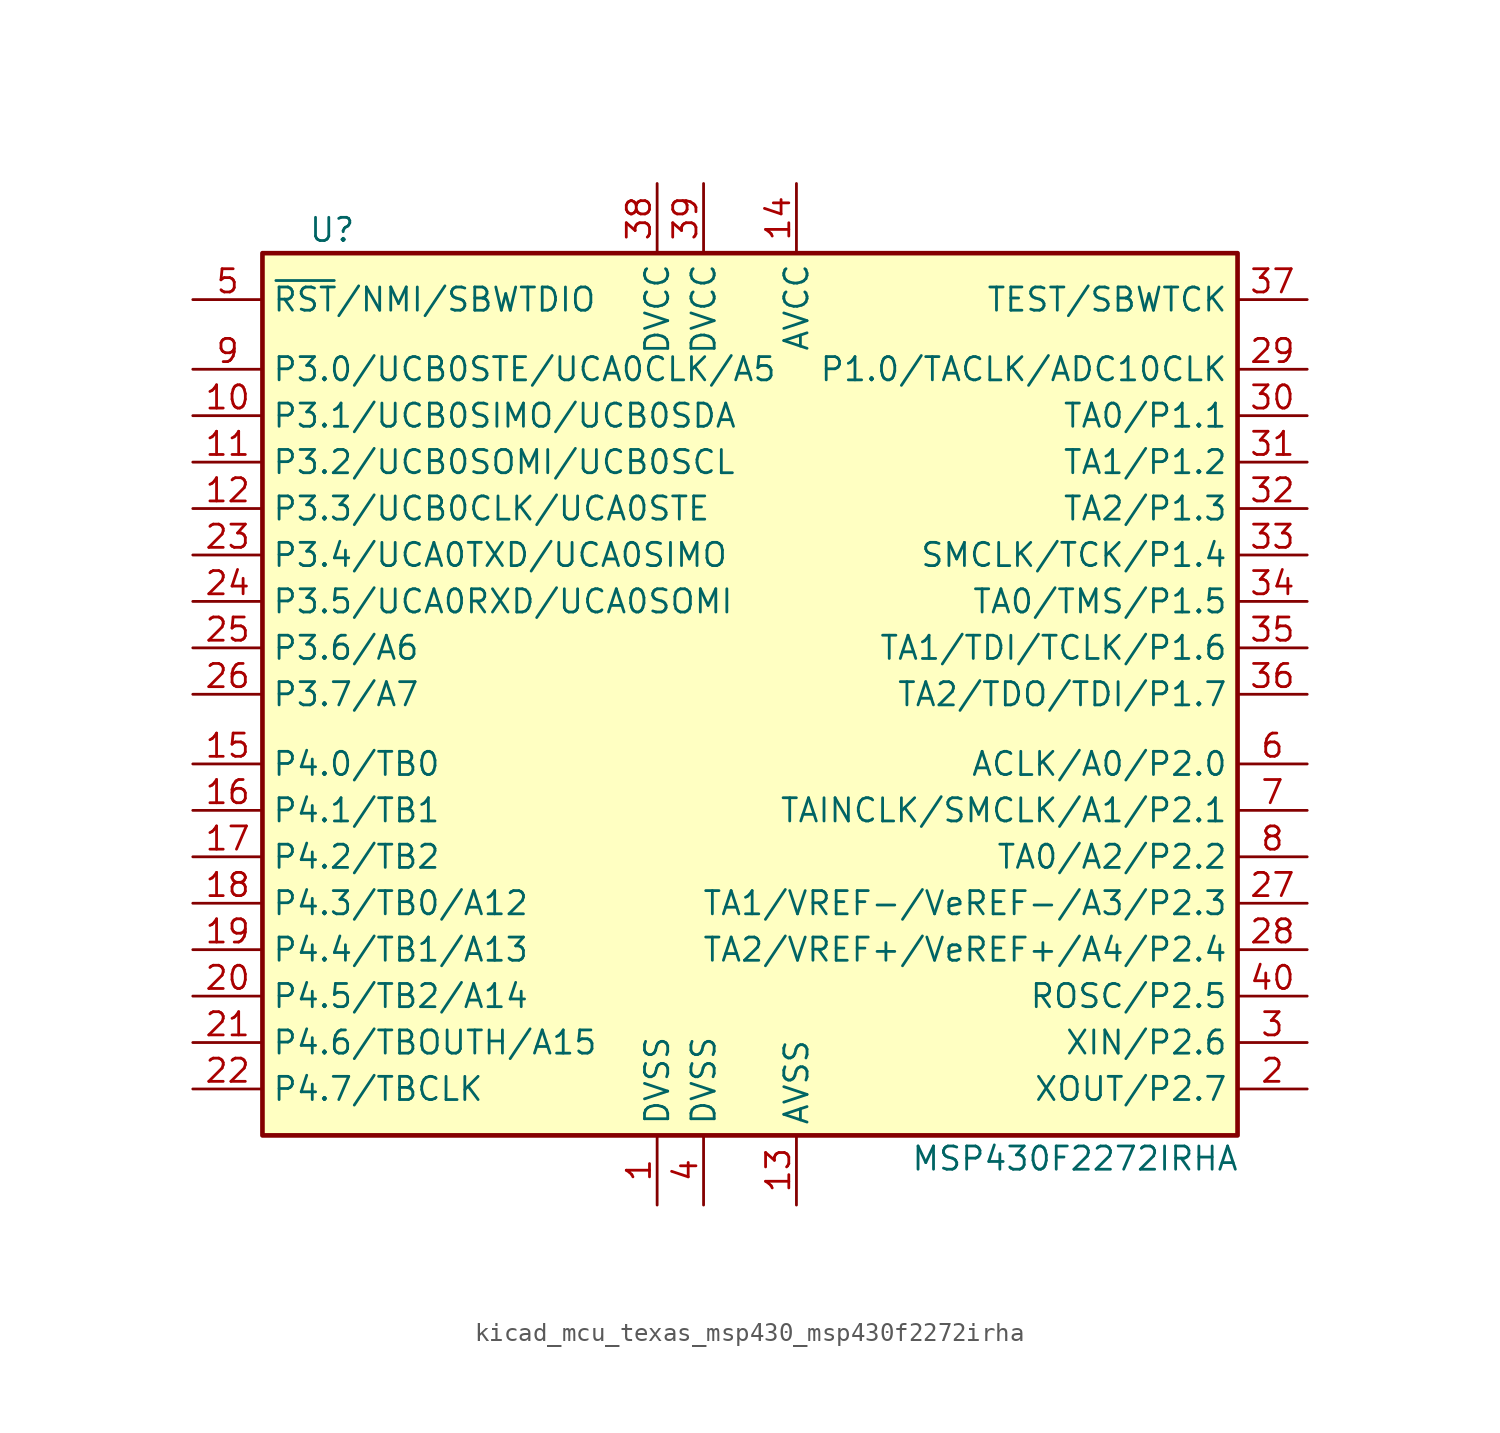
<source format=kicad_sym>
(kicad_symbol_lib
  (version 20220914)
  (generator kicad_symbol_editor)
  (symbol "kicad_mcu_texas_msp430_msp430f2272irha"
    (property "Reference" "U"
      (at -22.86 25.4 0)
      (effects (font (size 1.27 1.27))))
    (property "Value" "MSP430F2272IRHA"
      (at 17.78 -25.4 0)
      (effects (font (size 1.27 1.27))))
    (symbol "kicad_mcu_texas_msp430_msp430f2272irha_0_1"
      (rectangle (start -26.67 24.13) (end 26.67 -24.13) (stroke (width 0.254) (type default)) (fill (type background))))
    (symbol "kicad_mcu_texas_msp430_msp430f2272irha_1_1"
      (pin power_in line (at -5.08 -27.94 90) (length 3.81) (name "DVSS" (effects (font (size 1.27 1.27)))) (number "1" (effects (font (size 1.27 1.27)))))
      (pin bidirectional line (at -30.48 15.24 0) (length 3.81) (name "P3.1/UCB0SIMO/UCB0SDA" (effects (font (size 1.27 1.27)))) (number "10" (effects (font (size 1.27 1.27)))))
      (pin bidirectional line (at -30.48 12.7 0) (length 3.81) (name "P3.2/UCB0SOMI/UCB0SCL" (effects (font (size 1.27 1.27)))) (number "11" (effects (font (size 1.27 1.27)))))
      (pin bidirectional line (at -30.48 10.16 0) (length 3.81) (name "P3.3/UCB0CLK/UCA0STE" (effects (font (size 1.27 1.27)))) (number "12" (effects (font (size 1.27 1.27)))))
      (pin power_in line (at 2.54 -27.94 90) (length 3.81) (name "AVSS" (effects (font (size 1.27 1.27)))) (number "13" (effects (font (size 1.27 1.27)))))
      (pin power_in line (at 2.54 27.94 270) (length 3.81) (name "AVCC" (effects (font (size 1.27 1.27)))) (number "14" (effects (font (size 1.27 1.27)))))
      (pin bidirectional line (at -30.48 -3.81 0) (length 3.81) (name "P4.0/TB0" (effects (font (size 1.27 1.27)))) (number "15" (effects (font (size 1.27 1.27)))))
      (pin bidirectional line (at -30.48 -6.35 0) (length 3.81) (name "P4.1/TB1" (effects (font (size 1.27 1.27)))) (number "16" (effects (font (size 1.27 1.27)))))
      (pin bidirectional line (at -30.48 -8.89 0) (length 3.81) (name "P4.2/TB2" (effects (font (size 1.27 1.27)))) (number "17" (effects (font (size 1.27 1.27)))))
      (pin bidirectional line (at -30.48 -11.43 0) (length 3.81) (name "P4.3/TB0/A12" (effects (font (size 1.27 1.27)))) (number "18" (effects (font (size 1.27 1.27)))))
      (pin bidirectional line (at -30.48 -13.97 0) (length 3.81) (name "P4.4/TB1/A13" (effects (font (size 1.27 1.27)))) (number "19" (effects (font (size 1.27 1.27)))))
      (pin bidirectional line (at 30.48 -21.59 180) (length 3.81) (name "XOUT/P2.7" (effects (font (size 1.27 1.27)))) (number "2" (effects (font (size 1.27 1.27)))))
      (pin bidirectional line (at -30.48 -16.51 0) (length 3.81) (name "P4.5/TB2/A14" (effects (font (size 1.27 1.27)))) (number "20" (effects (font (size 1.27 1.27)))))
      (pin bidirectional line (at -30.48 -19.05 0) (length 3.81) (name "P4.6/TBOUTH/A15" (effects (font (size 1.27 1.27)))) (number "21" (effects (font (size 1.27 1.27)))))
      (pin bidirectional line (at -30.48 -21.59 0) (length 3.81) (name "P4.7/TBCLK" (effects (font (size 1.27 1.27)))) (number "22" (effects (font (size 1.27 1.27)))))
      (pin bidirectional line (at -30.48 7.62 0) (length 3.81) (name "P3.4/UCA0TXD/UCA0SIMO" (effects (font (size 1.27 1.27)))) (number "23" (effects (font (size 1.27 1.27)))))
      (pin bidirectional line (at -30.48 5.08 0) (length 3.81) (name "P3.5/UCA0RXD/UCA0SOMI" (effects (font (size 1.27 1.27)))) (number "24" (effects (font (size 1.27 1.27)))))
      (pin bidirectional line (at -30.48 2.54 0) (length 3.81) (name "P3.6/A6" (effects (font (size 1.27 1.27)))) (number "25" (effects (font (size 1.27 1.27)))))
      (pin bidirectional line (at -30.48 0 0) (length 3.81) (name "P3.7/A7" (effects (font (size 1.27 1.27)))) (number "26" (effects (font (size 1.27 1.27)))))
      (pin bidirectional line (at 30.48 -11.43 180) (length 3.81) (name "TA1/VREF-/VeREF-/A3/P2.3" (effects (font (size 1.27 1.27)))) (number "27" (effects (font (size 1.27 1.27)))))
      (pin bidirectional line (at 30.48 -13.97 180) (length 3.81) (name "TA2/VREF+/VeREF+/A4/P2.4" (effects (font (size 1.27 1.27)))) (number "28" (effects (font (size 1.27 1.27)))))
      (pin bidirectional line (at 30.48 17.78 180) (length 3.81) (name "P1.0/TACLK/ADC10CLK" (effects (font (size 1.27 1.27)))) (number "29" (effects (font (size 1.27 1.27)))))
      (pin bidirectional line (at 30.48 -19.05 180) (length 3.81) (name "XIN/P2.6" (effects (font (size 1.27 1.27)))) (number "3" (effects (font (size 1.27 1.27)))))
      (pin bidirectional line (at 30.48 15.24 180) (length 3.81) (name "TA0/P1.1" (effects (font (size 1.27 1.27)))) (number "30" (effects (font (size 1.27 1.27)))))
      (pin bidirectional line (at 30.48 12.7 180) (length 3.81) (name "TA1/P1.2" (effects (font (size 1.27 1.27)))) (number "31" (effects (font (size 1.27 1.27)))))
      (pin bidirectional line (at 30.48 10.16 180) (length 3.81) (name "TA2/P1.3" (effects (font (size 1.27 1.27)))) (number "32" (effects (font (size 1.27 1.27)))))
      (pin bidirectional line (at 30.48 7.62 180) (length 3.81) (name "SMCLK/TCK/P1.4" (effects (font (size 1.27 1.27)))) (number "33" (effects (font (size 1.27 1.27)))))
      (pin bidirectional line (at 30.48 5.08 180) (length 3.81) (name "TA0/TMS/P1.5" (effects (font (size 1.27 1.27)))) (number "34" (effects (font (size 1.27 1.27)))))
      (pin bidirectional line (at 30.48 2.54 180) (length 3.81) (name "TA1/TDI/TCLK/P1.6" (effects (font (size 1.27 1.27)))) (number "35" (effects (font (size 1.27 1.27)))))
      (pin bidirectional line (at 30.48 0 180) (length 3.81) (name "TA2/TDO/TDI/P1.7" (effects (font (size 1.27 1.27)))) (number "36" (effects (font (size 1.27 1.27)))))
      (pin input line (at 30.48 21.59 180) (length 3.81) (name "TEST/SBWTCK" (effects (font (size 1.27 1.27)))) (number "37" (effects (font (size 1.27 1.27)))))
      (pin power_in line (at -5.08 27.94 270) (length 3.81) (name "DVCC" (effects (font (size 1.27 1.27)))) (number "38" (effects (font (size 1.27 1.27)))))
      (pin power_in line (at -2.54 27.94 270) (length 3.81) (name "DVCC" (effects (font (size 1.27 1.27)))) (number "39" (effects (font (size 1.27 1.27)))))
      (pin power_in line (at -2.54 -27.94 90) (length 3.81) (name "DVSS" (effects (font (size 1.27 1.27)))) (number "4" (effects (font (size 1.27 1.27)))))
      (pin bidirectional line (at 30.48 -16.51 180) (length 3.81) (name "ROSC/P2.5" (effects (font (size 1.27 1.27)))) (number "40" (effects (font (size 1.27 1.27)))))
      (pin input line (at -30.48 21.59 0) (length 3.81) (name "~{RST}/NMI/SBWTDIO" (effects (font (size 1.27 1.27)))) (number "5" (effects (font (size 1.27 1.27)))))
      (pin bidirectional line (at 30.48 -3.81 180) (length 3.81) (name "ACLK/A0/P2.0" (effects (font (size 1.27 1.27)))) (number "6" (effects (font (size 1.27 1.27)))))
      (pin bidirectional line (at 30.48 -6.35 180) (length 3.81) (name "TAINCLK/SMCLK/A1/P2.1" (effects (font (size 1.27 1.27)))) (number "7" (effects (font (size 1.27 1.27)))))
      (pin bidirectional line (at 30.48 -8.89 180) (length 3.81) (name "TA0/A2/P2.2" (effects (font (size 1.27 1.27)))) (number "8" (effects (font (size 1.27 1.27)))))
      (pin bidirectional line (at -30.48 17.78 0) (length 3.81) (name "P3.0/UCB0STE/UCA0CLK/A5" (effects (font (size 1.27 1.27)))) (number "9" (effects (font (size 1.27 1.27))))))))
</source>
